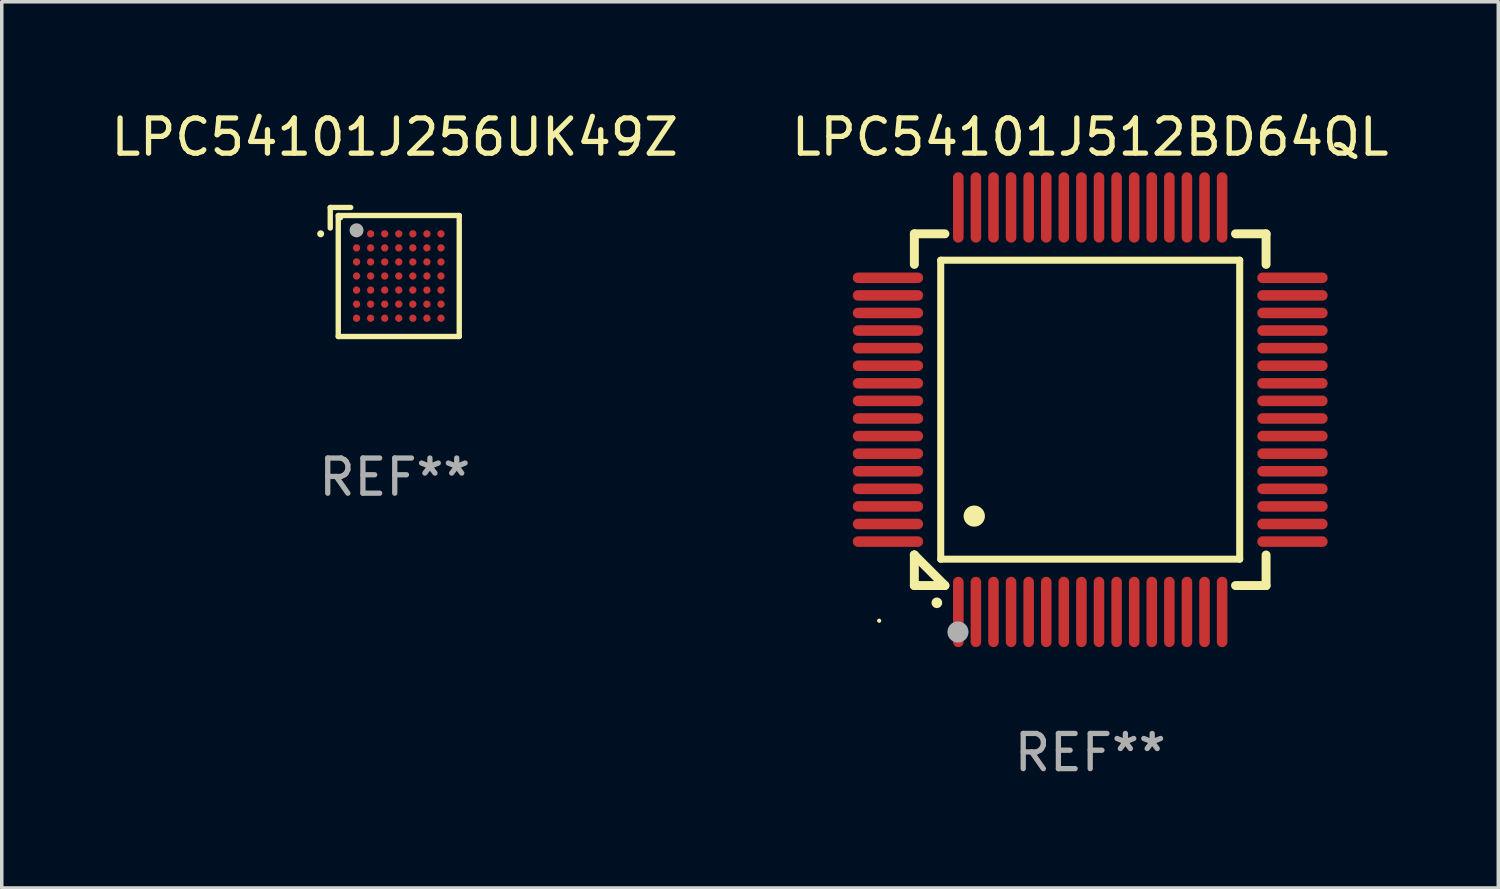
<source format=kicad_pcb>
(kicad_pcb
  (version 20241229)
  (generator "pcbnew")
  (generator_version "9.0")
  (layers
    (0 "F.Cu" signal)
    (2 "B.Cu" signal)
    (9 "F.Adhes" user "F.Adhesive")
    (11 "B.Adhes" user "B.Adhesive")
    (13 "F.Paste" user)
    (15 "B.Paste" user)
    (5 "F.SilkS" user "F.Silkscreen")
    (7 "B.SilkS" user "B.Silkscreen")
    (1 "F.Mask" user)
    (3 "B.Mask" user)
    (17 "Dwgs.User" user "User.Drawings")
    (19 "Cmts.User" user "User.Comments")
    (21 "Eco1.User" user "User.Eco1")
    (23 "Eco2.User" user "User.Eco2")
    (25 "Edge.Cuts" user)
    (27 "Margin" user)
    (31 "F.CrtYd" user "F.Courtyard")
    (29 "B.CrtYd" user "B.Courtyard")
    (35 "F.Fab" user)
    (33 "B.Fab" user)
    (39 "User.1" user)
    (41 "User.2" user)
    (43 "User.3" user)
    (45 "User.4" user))
  (footprint "LPC54101J256UK49Z"
    (layer "F.Cu")
    (at 8.173 4.683)
    (property "Reference" "LPC54101J256UK49Z" (at 0 -3.834 0) (layer "F.SilkS") (effects (font (size 1 1) (thickness 0.15))))
    (attr through_hole)
    (fp_line (start -1.834 -1.834) (end -1.251 -1.834) (stroke (width 0.152) (type solid)) (layer "F.SilkS"))
    (fp_line (start -1.834 -1.251) (end -1.834 -1.834) (stroke (width 0.152) (type solid)) (layer "F.SilkS"))
    (fp_line (start -1.606 -1.606) (end 1.834 -1.606) (stroke (width 0.152) (type solid)) (layer "F.SilkS"))
    (fp_line (start -1.606 1.834) (end -1.606 -1.606) (stroke (width 0.152) (type solid)) (layer "F.SilkS"))
    (fp_line (start 1.834 -1.606) (end 1.834 1.834) (stroke (width 0.152) (type solid)) (layer "F.SilkS"))
    (fp_line (start 1.834 1.834) (end -1.606 1.834) (stroke (width 0.152) (type solid)) (layer "F.SilkS"))
    (fp_circle (center -2.106 -1.086) (end -2.056 -1.086) (stroke (width 0.1) (type solid)) (fill no) (layer "F.SilkS"))
    (fp_circle (center -1.53 -1.53) (end -1.5 -1.53) (stroke (width 0.06) (type solid)) (fill no) (layer "F.SilkS"))
    (fp_circle (center -1.086 -1.186) (end -0.986 -1.186) (stroke (width 0.2) (type solid)) (fill no) (layer "F.Fab"))
    (fp_text user "REF**" (at 0 5.834 0) (layer "F.Fab") (effects (font (size 1 1) (thickness 0.15))))
    (pad "A1" smd circle (at -1.086 -1.086) (size 0.208 0.208) (layers "F.Cu" "F.Mask" "F.Paste"))
    (pad "A2" smd circle (at -0.686 -1.086) (size 0.208 0.208) (layers "F.Cu" "F.Mask" "F.Paste"))
    (pad "A3" smd circle (at -0.286 -1.086) (size 0.208 0.208) (layers "F.Cu" "F.Mask" "F.Paste"))
    (pad "A4" smd circle (at 0.114 -1.086) (size 0.208 0.208) (layers "F.Cu" "F.Mask" "F.Paste"))
    (pad "A5" smd circle (at 0.514 -1.086) (size 0.208 0.208) (layers "F.Cu" "F.Mask" "F.Paste"))
    (pad "A6" smd circle (at 0.914 -1.086) (size 0.208 0.208) (layers "F.Cu" "F.Mask" "F.Paste"))
    (pad "A7" smd circle (at 1.314 -1.086) (size 0.208 0.208) (layers "F.Cu" "F.Mask" "F.Paste"))
    (pad "B1" smd circle (at -1.086 -0.686) (size 0.208 0.208) (layers "F.Cu" "F.Mask" "F.Paste"))
    (pad "B2" smd circle (at -0.686 -0.686) (size 0.208 0.208) (layers "F.Cu" "F.Mask" "F.Paste"))
    (pad "B3" smd circle (at -0.286 -0.686) (size 0.208 0.208) (layers "F.Cu" "F.Mask" "F.Paste"))
    (pad "B4" smd circle (at 0.114 -0.686) (size 0.208 0.208) (layers "F.Cu" "F.Mask" "F.Paste"))
    (pad "B5" smd circle (at 0.514 -0.686) (size 0.208 0.208) (layers "F.Cu" "F.Mask" "F.Paste"))
    (pad "B6" smd circle (at 0.914 -0.686) (size 0.208 0.208) (layers "F.Cu" "F.Mask" "F.Paste"))
    (pad "B7" smd circle (at 1.314 -0.686) (size 0.208 0.208) (layers "F.Cu" "F.Mask" "F.Paste"))
    (pad "C1" smd circle (at -1.086 -0.286) (size 0.208 0.208) (layers "F.Cu" "F.Mask" "F.Paste"))
    (pad "C2" smd circle (at -0.686 -0.286) (size 0.208 0.208) (layers "F.Cu" "F.Mask" "F.Paste"))
    (pad "C3" smd circle (at -0.286 -0.286) (size 0.208 0.208) (layers "F.Cu" "F.Mask" "F.Paste"))
    (pad "C4" smd circle (at 0.114 -0.286) (size 0.208 0.208) (layers "F.Cu" "F.Mask" "F.Paste"))
    (pad "C5" smd circle (at 0.514 -0.286) (size 0.208 0.208) (layers "F.Cu" "F.Mask" "F.Paste"))
    (pad "C6" smd circle (at 0.914 -0.286) (size 0.208 0.208) (layers "F.Cu" "F.Mask" "F.Paste"))
    (pad "C7" smd circle (at 1.314 -0.286) (size 0.208 0.208) (layers "F.Cu" "F.Mask" "F.Paste"))
    (pad "D1" smd circle (at -1.086 0.114) (size 0.208 0.208) (layers "F.Cu" "F.Mask" "F.Paste"))
    (pad "D2" smd circle (at -0.686 0.114) (size 0.208 0.208) (layers "F.Cu" "F.Mask" "F.Paste"))
    (pad "D3" smd circle (at -0.286 0.114) (size 0.208 0.208) (layers "F.Cu" "F.Mask" "F.Paste"))
    (pad "D4" smd circle (at 0.114 0.114) (size 0.208 0.208) (layers "F.Cu" "F.Mask" "F.Paste"))
    (pad "D5" smd circle (at 0.514 0.114) (size 0.208 0.208) (layers "F.Cu" "F.Mask" "F.Paste"))
    (pad "D6" smd circle (at 0.914 0.114) (size 0.208 0.208) (layers "F.Cu" "F.Mask" "F.Paste"))
    (pad "D7" smd circle (at 1.314 0.114) (size 0.208 0.208) (layers "F.Cu" "F.Mask" "F.Paste"))
    (pad "E1" smd circle (at -1.086 0.514) (size 0.208 0.208) (layers "F.Cu" "F.Mask" "F.Paste"))
    (pad "E2" smd circle (at -0.686 0.514) (size 0.208 0.208) (layers "F.Cu" "F.Mask" "F.Paste"))
    (pad "E3" smd circle (at -0.286 0.514) (size 0.208 0.208) (layers "F.Cu" "F.Mask" "F.Paste"))
    (pad "E4" smd circle (at 0.114 0.514) (size 0.208 0.208) (layers "F.Cu" "F.Mask" "F.Paste"))
    (pad "E5" smd circle (at 0.514 0.514) (size 0.208 0.208) (layers "F.Cu" "F.Mask" "F.Paste"))
    (pad "E6" smd circle (at 0.914 0.514) (size 0.208 0.208) (layers "F.Cu" "F.Mask" "F.Paste"))
    (pad "E7" smd circle (at 1.314 0.514) (size 0.208 0.208) (layers "F.Cu" "F.Mask" "F.Paste"))
    (pad "F1" smd circle (at -1.086 0.914) (size 0.208 0.208) (layers "F.Cu" "F.Mask" "F.Paste"))
    (pad "F2" smd circle (at -0.686 0.914) (size 0.208 0.208) (layers "F.Cu" "F.Mask" "F.Paste"))
    (pad "F3" smd circle (at -0.286 0.914) (size 0.208 0.208) (layers "F.Cu" "F.Mask" "F.Paste"))
    (pad "F4" smd circle (at 0.114 0.914) (size 0.208 0.208) (layers "F.Cu" "F.Mask" "F.Paste"))
    (pad "F5" smd circle (at 0.514 0.914) (size 0.208 0.208) (layers "F.Cu" "F.Mask" "F.Paste"))
    (pad "F6" smd circle (at 0.914 0.914) (size 0.208 0.208) (layers "F.Cu" "F.Mask" "F.Paste"))
    (pad "F7" smd circle (at 1.314 0.914) (size 0.208 0.208) (layers "F.Cu" "F.Mask" "F.Paste"))
    (pad "G1" smd circle (at -1.086 1.314) (size 0.208 0.208) (layers "F.Cu" "F.Mask" "F.Paste"))
    (pad "G2" smd circle (at -0.686 1.314) (size 0.208 0.208) (layers "F.Cu" "F.Mask" "F.Paste"))
    (pad "G3" smd circle (at -0.286 1.314) (size 0.208 0.208) (layers "F.Cu" "F.Mask" "F.Paste"))
    (pad "G4" smd circle (at 0.114 1.314) (size 0.208 0.208) (layers "F.Cu" "F.Mask" "F.Paste"))
    (pad "G5" smd circle (at 0.514 1.314) (size 0.208 0.208) (layers "F.Cu" "F.Mask" "F.Paste"))
    (pad "G6" smd circle (at 0.914 1.314) (size 0.208 0.208) (layers "F.Cu" "F.Mask" "F.Paste"))
    (pad "G7" smd circle (at 1.314 1.314) (size 0.208 0.208) (layers "F.Cu" "F.Mask" "F.Paste")))
  (footprint "LPC54101J512BD64QL"
    (layer "F.Cu")
    (at 27.946 8.598)
    (property "Reference" "LPC54101J512BD64QL" (at 0 -7.75 0) (layer "F.SilkS") (effects (font (size 1 1) (thickness 0.15))))
    (attr through_hole)
    (fp_line (start -5 -5) (end -4.131 -5) (stroke (width 0.254) (type solid)) (layer "F.SilkS"))
    (fp_line (start -5 -4.131) (end -5 -5) (stroke (width 0.254) (type solid)) (layer "F.SilkS"))
    (fp_line (start -5 4.131) (end -5 4.131) (stroke (width 0.254) (type solid)) (layer "F.SilkS"))
    (fp_line (start -5 5) (end -5 4.131) (stroke (width 0.254) (type solid)) (layer "F.SilkS"))
    (fp_line (start -5 4.131) (end -4.131 5) (stroke (width 0.254) (type solid)) (layer "F.SilkS"))
    (fp_line (start -4.25 -4.25) (end -4.25 4.25) (stroke (width 0.2) (type solid)) (layer "F.SilkS"))
    (fp_line (start -4.25 4.25) (end 4.25 4.25) (stroke (width 0.2) (type solid)) (layer "F.SilkS"))
    (fp_line (start -4.131 5) (end -5 5) (stroke (width 0.254) (type solid)) (layer "F.SilkS"))
    (fp_line (start 4.25 -4.25) (end -4.25 -4.25) (stroke (width 0.2) (type solid)) (layer "F.SilkS"))
    (fp_line (start 4.25 4.25) (end 4.25 -4.25) (stroke (width 0.2) (type solid)) (layer "F.SilkS"))
    (fp_line (start 5 -5) (end 4.131 -5) (stroke (width 0.254) (type solid)) (layer "F.SilkS"))
    (fp_line (start 5 -5) (end 5 -4.131) (stroke (width 0.254) (type solid)) (layer "F.SilkS"))
    (fp_line (start 5 4.131) (end 5 5) (stroke (width 0.254) (type solid)) (layer "F.SilkS"))
    (fp_line (start 5 5) (end 4.131 5) (stroke (width 0.254) (type solid)) (layer "F.SilkS"))
    (fp_arc (start -4.361265 5.489992) (mid -4.359995 5.489987) (end -4.358725 5.489992) (stroke (width 0.3) (type solid)) (layer "F.SilkS"))
    (fp_arc (start -3.299467 3.025146) (mid -3.296927 3.025135) (end -3.294387 3.025146) (stroke (width 0.6) (type solid)) (layer "F.SilkS"))
    (fp_circle (center -6 6) (end -5.97 6) (stroke (width 0.06) (type solid)) (fill no) (layer "F.SilkS"))
    (fp_circle (center -3.76 6.32) (end -3.61 6.32) (stroke (width 0.3) (type solid)) (fill no) (layer "F.Fab"))
    (fp_text user "REF**" (at 0 9.75 0) (layer "F.Fab") (effects (font (size 1 1) (thickness 0.15))))
    (pad "1" smd oval (at -3.75 5.75) (size 0.3 2) (layers "F.Cu" "F.Mask" "F.Paste"))
    (pad "2" smd oval (at -3.25 5.75) (size 0.3 2) (layers "F.Cu" "F.Mask" "F.Paste"))
    (pad "3" smd oval (at -2.75 5.75) (size 0.3 2) (layers "F.Cu" "F.Mask" "F.Paste"))
    (pad "4" smd oval (at -2.25 5.75) (size 0.3 2) (layers "F.Cu" "F.Mask" "F.Paste"))
    (pad "5" smd oval (at -1.75 5.75) (size 0.3 2) (layers "F.Cu" "F.Mask" "F.Paste"))
    (pad "6" smd oval (at -1.25 5.75) (size 0.3 2) (layers "F.Cu" "F.Mask" "F.Paste"))
    (pad "7" smd oval (at -0.75 5.75) (size 0.3 2) (layers "F.Cu" "F.Mask" "F.Paste"))
    (pad "8" smd oval (at -0.25 5.75) (size 0.3 2) (layers "F.Cu" "F.Mask" "F.Paste"))
    (pad "9" smd oval (at 0.25 5.75) (size 0.3 2) (layers "F.Cu" "F.Mask" "F.Paste"))
    (pad "10" smd oval (at 0.75 5.75) (size 0.3 2) (layers "F.Cu" "F.Mask" "F.Paste"))
    (pad "11" smd oval (at 1.25 5.75) (size 0.3 2) (layers "F.Cu" "F.Mask" "F.Paste"))
    (pad "12" smd oval (at 1.75 5.75) (size 0.3 2) (layers "F.Cu" "F.Mask" "F.Paste"))
    (pad "13" smd oval (at 2.25 5.75) (size 0.3 2) (layers "F.Cu" "F.Mask" "F.Paste"))
    (pad "14" smd oval (at 2.75 5.75) (size 0.3 2) (layers "F.Cu" "F.Mask" "F.Paste"))
    (pad "15" smd oval (at 3.25 5.75) (size 0.3 2) (layers "F.Cu" "F.Mask" "F.Paste"))
    (pad "16" smd oval (at 3.75 5.75) (size 0.3 2) (layers "F.Cu" "F.Mask" "F.Paste"))
    (pad "17" smd oval (at 5.75 3.75) (size 2 0.3) (layers "F.Cu" "F.Mask" "F.Paste"))
    (pad "18" smd oval (at 5.75 3.25) (size 2 0.3) (layers "F.Cu" "F.Mask" "F.Paste"))
    (pad "19" smd oval (at 5.75 2.75) (size 2 0.3) (layers "F.Cu" "F.Mask" "F.Paste"))
    (pad "20" smd oval (at 5.75 2.25) (size 2 0.3) (layers "F.Cu" "F.Mask" "F.Paste"))
    (pad "21" smd oval (at 5.75 1.75) (size 2 0.3) (layers "F.Cu" "F.Mask" "F.Paste"))
    (pad "22" smd oval (at 5.75 1.25) (size 2 0.3) (layers "F.Cu" "F.Mask" "F.Paste"))
    (pad "23" smd oval (at 5.75 0.75) (size 2 0.3) (layers "F.Cu" "F.Mask" "F.Paste"))
    (pad "24" smd oval (at 5.75 0.25) (size 2 0.3) (layers "F.Cu" "F.Mask" "F.Paste"))
    (pad "25" smd oval (at 5.75 -0.25) (size 2 0.3) (layers "F.Cu" "F.Mask" "F.Paste"))
    (pad "26" smd oval (at 5.75 -0.75) (size 2 0.3) (layers "F.Cu" "F.Mask" "F.Paste"))
    (pad "27" smd oval (at 5.75 -1.25) (size 2 0.3) (layers "F.Cu" "F.Mask" "F.Paste"))
    (pad "28" smd oval (at 5.75 -1.75) (size 2 0.3) (layers "F.Cu" "F.Mask" "F.Paste"))
    (pad "29" smd oval (at 5.75 -2.25) (size 2 0.3) (layers "F.Cu" "F.Mask" "F.Paste"))
    (pad "30" smd oval (at 5.75 -2.75) (size 2 0.3) (layers "F.Cu" "F.Mask" "F.Paste"))
    (pad "31" smd oval (at 5.75 -3.25) (size 2 0.3) (layers "F.Cu" "F.Mask" "F.Paste"))
    (pad "32" smd oval (at 5.75 -3.75) (size 2 0.3) (layers "F.Cu" "F.Mask" "F.Paste"))
    (pad "33" smd oval (at 3.75 -5.75) (size 0.3 2) (layers "F.Cu" "F.Mask" "F.Paste"))
    (pad "34" smd oval (at 3.25 -5.75) (size 0.3 2) (layers "F.Cu" "F.Mask" "F.Paste"))
    (pad "35" smd oval (at 2.75 -5.75) (size 0.3 2) (layers "F.Cu" "F.Mask" "F.Paste"))
    (pad "36" smd oval (at 2.25 -5.75) (size 0.3 2) (layers "F.Cu" "F.Mask" "F.Paste"))
    (pad "37" smd oval (at 1.75 -5.75) (size 0.3 2) (layers "F.Cu" "F.Mask" "F.Paste"))
    (pad "38" smd oval (at 1.25 -5.75) (size 0.3 2) (layers "F.Cu" "F.Mask" "F.Paste"))
    (pad "39" smd oval (at 0.75 -5.75) (size 0.3 2) (layers "F.Cu" "F.Mask" "F.Paste"))
    (pad "40" smd oval (at 0.25 -5.75) (size 0.3 2) (layers "F.Cu" "F.Mask" "F.Paste"))
    (pad "41" smd oval (at -0.25 -5.75) (size 0.3 2) (layers "F.Cu" "F.Mask" "F.Paste"))
    (pad "42" smd oval (at -0.75 -5.75) (size 0.3 2) (layers "F.Cu" "F.Mask" "F.Paste"))
    (pad "43" smd oval (at -1.25 -5.75) (size 0.3 2) (layers "F.Cu" "F.Mask" "F.Paste"))
    (pad "44" smd oval (at -1.75 -5.75) (size 0.3 2) (layers "F.Cu" "F.Mask" "F.Paste"))
    (pad "45" smd oval (at -2.25 -5.75) (size 0.3 2) (layers "F.Cu" "F.Mask" "F.Paste"))
    (pad "46" smd oval (at -2.75 -5.75) (size 0.3 2) (layers "F.Cu" "F.Mask" "F.Paste"))
    (pad "47" smd oval (at -3.25 -5.75) (size 0.3 2) (layers "F.Cu" "F.Mask" "F.Paste"))
    (pad "48" smd oval (at -3.75 -5.75) (size 0.3 2) (layers "F.Cu" "F.Mask" "F.Paste"))
    (pad "49" smd oval (at -5.75 -3.75) (size 2 0.3) (layers "F.Cu" "F.Mask" "F.Paste"))
    (pad "50" smd oval (at -5.75 -3.25) (size 2 0.3) (layers "F.Cu" "F.Mask" "F.Paste"))
    (pad "51" smd oval (at -5.75 -2.75) (size 2 0.3) (layers "F.Cu" "F.Mask" "F.Paste"))
    (pad "52" smd oval (at -5.75 -2.25) (size 2 0.3) (layers "F.Cu" "F.Mask" "F.Paste"))
    (pad "53" smd oval (at -5.75 -1.75) (size 2 0.3) (layers "F.Cu" "F.Mask" "F.Paste"))
    (pad "54" smd oval (at -5.75 -1.25) (size 2 0.3) (layers "F.Cu" "F.Mask" "F.Paste"))
    (pad "55" smd oval (at -5.75 -0.75) (size 2 0.3) (layers "F.Cu" "F.Mask" "F.Paste"))
    (pad "56" smd oval (at -5.75 -0.25) (size 2 0.3) (layers "F.Cu" "F.Mask" "F.Paste"))
    (pad "57" smd oval (at -5.75 0.25) (size 2 0.3) (layers "F.Cu" "F.Mask" "F.Paste"))
    (pad "58" smd oval (at -5.75 0.75) (size 2 0.3) (layers "F.Cu" "F.Mask" "F.Paste"))
    (pad "59" smd oval (at -5.75 1.25) (size 2 0.3) (layers "F.Cu" "F.Mask" "F.Paste"))
    (pad "60" smd oval (at -5.75 1.75) (size 2 0.3) (layers "F.Cu" "F.Mask" "F.Paste"))
    (pad "61" smd oval (at -5.75 2.25) (size 2 0.3) (layers "F.Cu" "F.Mask" "F.Paste"))
    (pad "62" smd oval (at -5.75 2.75) (size 2 0.3) (layers "F.Cu" "F.Mask" "F.Paste"))
    (pad "63" smd oval (at -5.75 3.25) (size 2 0.3) (layers "F.Cu" "F.Mask" "F.Paste"))
    (pad "64" smd oval (at -5.75 3.75) (size 2 0.3) (layers "F.Cu" "F.Mask" "F.Paste")))
  (gr_rect
    (start -3 -3)
    (end 39.548 22.196)
    (stroke (width 0.1) (type default))
    (fill no)
    (layer "Edge.Cuts")))
</source>
